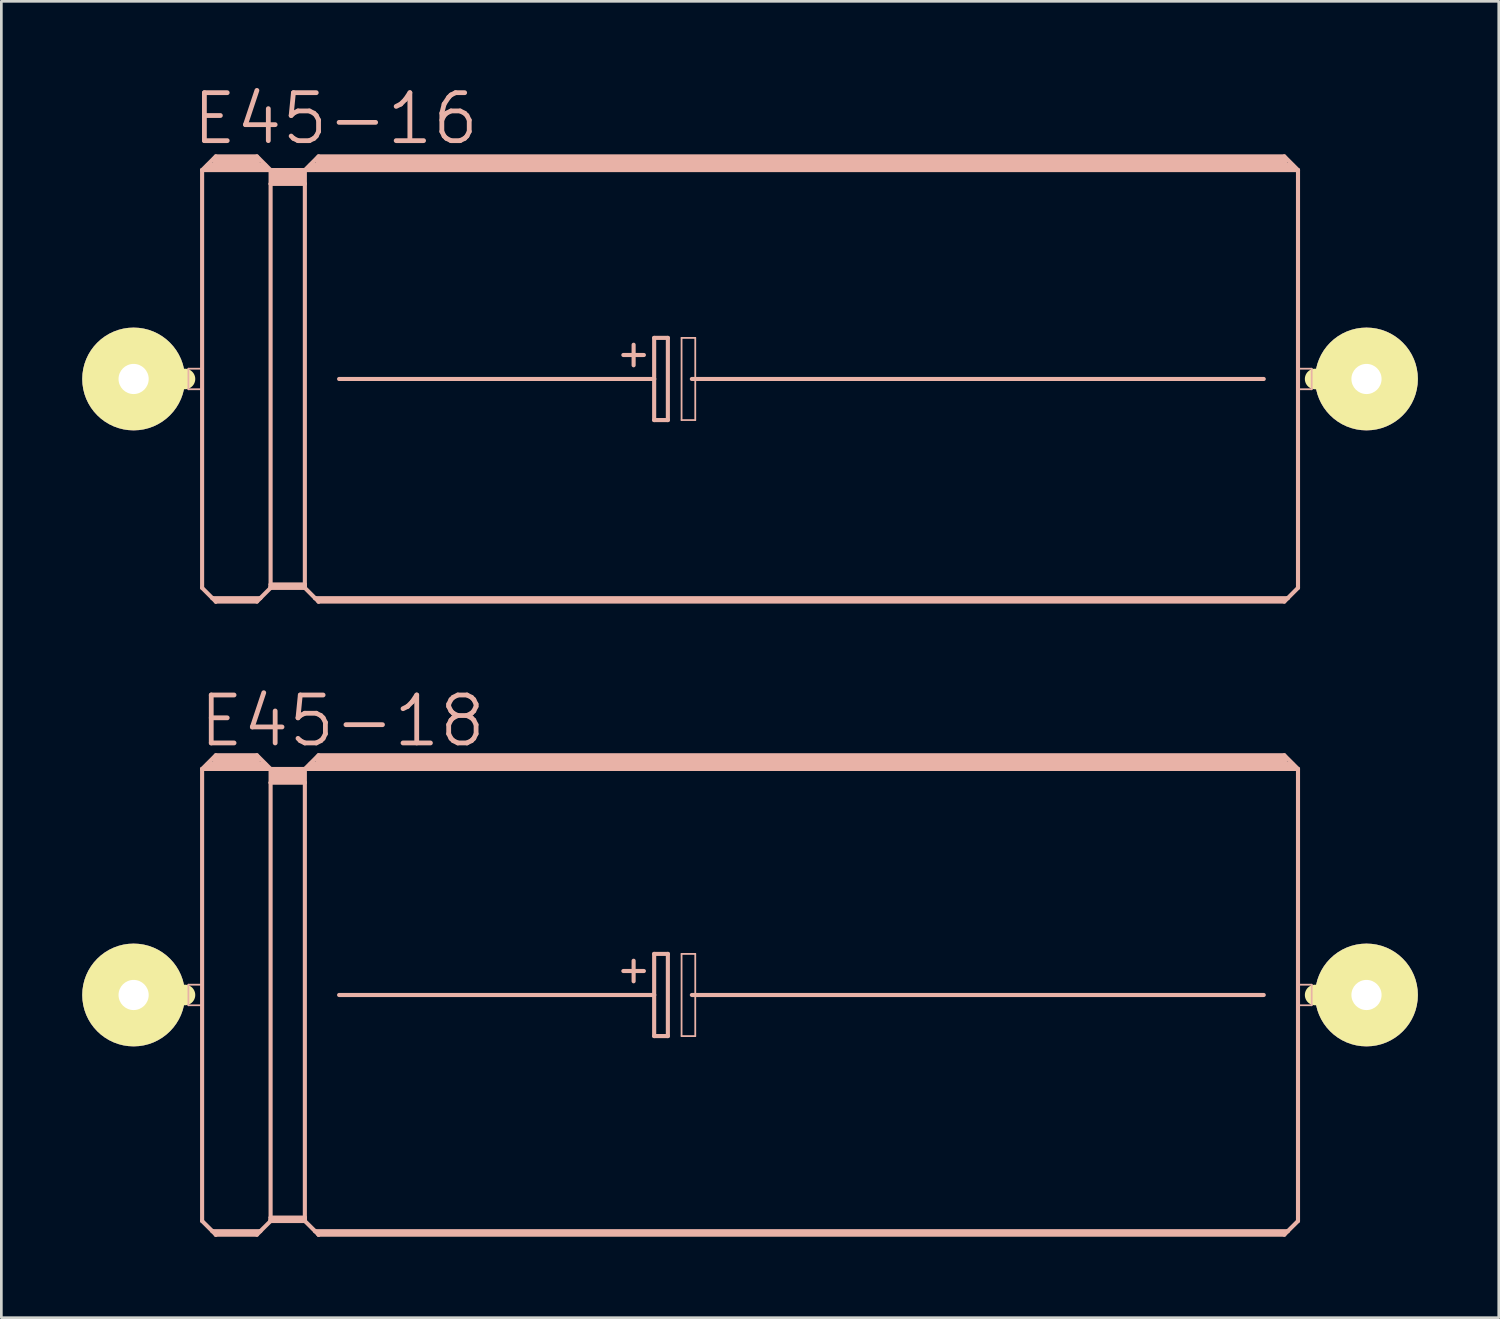
<source format=kicad_pcb>
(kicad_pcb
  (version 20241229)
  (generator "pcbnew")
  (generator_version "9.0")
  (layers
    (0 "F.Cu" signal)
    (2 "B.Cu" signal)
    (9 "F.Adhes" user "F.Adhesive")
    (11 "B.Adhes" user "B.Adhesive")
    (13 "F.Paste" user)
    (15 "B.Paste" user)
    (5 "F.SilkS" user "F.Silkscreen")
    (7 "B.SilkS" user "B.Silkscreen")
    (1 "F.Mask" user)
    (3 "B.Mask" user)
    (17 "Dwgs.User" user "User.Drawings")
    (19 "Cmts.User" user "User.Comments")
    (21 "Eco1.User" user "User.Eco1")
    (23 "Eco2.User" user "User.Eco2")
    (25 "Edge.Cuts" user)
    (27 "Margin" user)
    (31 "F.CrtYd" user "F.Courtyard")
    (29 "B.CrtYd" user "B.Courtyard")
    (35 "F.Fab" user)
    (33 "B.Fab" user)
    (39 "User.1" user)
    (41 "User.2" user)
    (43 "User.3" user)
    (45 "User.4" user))
  (footprint "E45-16"
    (layer "F.Cu")
    (at 24.765 11.004)
    (property "Reference" "E45-16" (at -15.367 -9.652 0) (layer "B.SilkS") (effects (font (size 1.778 1.778) (thickness 0.178))))
    (attr exclude_from_pos_files exclude_from_bom)
    (fp_line (start -22.86 0) (end -20.955 0) (stroke (width 0.762) (type solid)) (layer "F.SilkS"))
    (fp_line (start 22.86 0) (end 20.955 0) (stroke (width 0.762) (type solid)) (layer "F.SilkS"))
    (fp_line (start -20.828 -0.381) (end -20.32 -0.381) (stroke (width 0.066) (type solid)) (layer "B.SilkS"))
    (fp_line (start -20.828 0.381) (end -20.828 -0.381) (stroke (width 0.066) (type solid)) (layer "B.SilkS"))
    (fp_line (start -20.828 0.381) (end -20.32 0.381) (stroke (width 0.066) (type solid)) (layer "B.SilkS"))
    (fp_line (start -20.32 -7.747) (end -20.32 7.747) (stroke (width 0.152) (type solid)) (layer "B.SilkS"))
    (fp_line (start -20.32 -7.747) (end -19.812 -8.255) (stroke (width 0.152) (type solid)) (layer "B.SilkS"))
    (fp_line (start -20.32 -7.747) (end -17.78 -7.747) (stroke (width 0.152) (type solid)) (layer "B.SilkS"))
    (fp_line (start -20.32 0.381) (end -20.32 -0.381) (stroke (width 0.066) (type solid)) (layer "B.SilkS"))
    (fp_line (start -20.32 7.747) (end -19.939 8.128) (stroke (width 0.152) (type solid)) (layer "B.SilkS"))
    (fp_line (start -20.066 -7.874) (end -18.034 -7.874) (stroke (width 0.305) (type solid)) (layer "B.SilkS"))
    (fp_line (start -19.939 8.128) (end -19.812 8.255) (stroke (width 0.152) (type solid)) (layer "B.SilkS"))
    (fp_line (start -19.939 8.128) (end -18.161 8.128) (stroke (width 0.152) (type solid)) (layer "B.SilkS"))
    (fp_line (start -19.812 -8.255) (end -18.288 -8.255) (stroke (width 0.152) (type solid)) (layer "B.SilkS"))
    (fp_line (start -19.812 -8.128) (end -18.288 -8.128) (stroke (width 0.305) (type solid)) (layer "B.SilkS"))
    (fp_line (start -19.812 8.204) (end -18.288 8.204) (stroke (width 0.152) (type solid)) (layer "B.SilkS"))
    (fp_line (start -19.812 8.255) (end -19.812 8.204) (stroke (width 0.152) (type solid)) (layer "B.SilkS"))
    (fp_line (start -19.812 8.255) (end -18.288 8.255) (stroke (width 0.152) (type solid)) (layer "B.SilkS"))
    (fp_line (start -18.288 -8.255) (end -17.78 -7.747) (stroke (width 0.152) (type solid)) (layer "B.SilkS"))
    (fp_line (start -18.288 8.255) (end -18.161 8.128) (stroke (width 0.152) (type solid)) (layer "B.SilkS"))
    (fp_line (start -18.161 8.128) (end -17.78 7.747) (stroke (width 0.152) (type solid)) (layer "B.SilkS"))
    (fp_line (start -17.78 -7.747) (end -16.51 -7.747) (stroke (width 0.152) (type solid)) (layer "B.SilkS"))
    (fp_line (start -17.78 -7.236) (end -17.78 -7.747) (stroke (width 0.152) (type solid)) (layer "B.SilkS"))
    (fp_line (start -17.78 -7.236) (end -16.51 -7.236) (stroke (width 0.152) (type solid)) (layer "B.SilkS"))
    (fp_line (start -17.78 7.62) (end -17.78 -7.236) (stroke (width 0.152) (type solid)) (layer "B.SilkS"))
    (fp_line (start -17.78 7.62) (end -16.51 7.62) (stroke (width 0.152) (type solid)) (layer "B.SilkS"))
    (fp_line (start -17.78 7.696) (end -17.78 7.62) (stroke (width 0.152) (type solid)) (layer "B.SilkS"))
    (fp_line (start -17.78 7.696) (end -16.51 7.696) (stroke (width 0.152) (type solid)) (layer "B.SilkS"))
    (fp_line (start -17.78 7.747) (end -17.78 7.696) (stroke (width 0.152) (type solid)) (layer "B.SilkS"))
    (fp_line (start -17.78 7.747) (end -16.51 7.747) (stroke (width 0.152) (type solid)) (layer "B.SilkS"))
    (fp_line (start -17.65 -7.62) (end -16.637 -7.62) (stroke (width 0.305) (type solid)) (layer "B.SilkS"))
    (fp_line (start -17.65 -7.366) (end -16.637 -7.366) (stroke (width 0.305) (type solid)) (layer "B.SilkS"))
    (fp_line (start -16.51 -7.747) (end -16.002 -8.255) (stroke (width 0.152) (type solid)) (layer "B.SilkS"))
    (fp_line (start -16.51 -7.747) (end 20.32 -7.747) (stroke (width 0.152) (type solid)) (layer "B.SilkS"))
    (fp_line (start -16.51 -7.236) (end -16.51 -7.747) (stroke (width 0.152) (type solid)) (layer "B.SilkS"))
    (fp_line (start -16.51 7.62) (end -16.51 -7.236) (stroke (width 0.152) (type solid)) (layer "B.SilkS"))
    (fp_line (start -16.51 7.696) (end -16.51 7.62) (stroke (width 0.152) (type solid)) (layer "B.SilkS"))
    (fp_line (start -16.51 7.747) (end -16.51 7.696) (stroke (width 0.152) (type solid)) (layer "B.SilkS"))
    (fp_line (start -16.51 7.747) (end -16.129 8.128) (stroke (width 0.152) (type solid)) (layer "B.SilkS"))
    (fp_line (start -16.256 -7.874) (end 20.066 -7.874) (stroke (width 0.305) (type solid)) (layer "B.SilkS"))
    (fp_line (start -16.129 8.128) (end -16.002 8.255) (stroke (width 0.152) (type solid)) (layer "B.SilkS"))
    (fp_line (start -16.129 8.128) (end 19.939 8.128) (stroke (width 0.152) (type solid)) (layer "B.SilkS"))
    (fp_line (start -16.002 -8.255) (end 19.812 -8.255) (stroke (width 0.152) (type solid)) (layer "B.SilkS"))
    (fp_line (start -16.002 -8.128) (end 19.812 -8.128) (stroke (width 0.305) (type solid)) (layer "B.SilkS"))
    (fp_line (start -16.002 8.204) (end 19.812 8.204) (stroke (width 0.152) (type solid)) (layer "B.SilkS"))
    (fp_line (start -16.002 8.255) (end -16.002 8.204) (stroke (width 0.152) (type solid)) (layer "B.SilkS"))
    (fp_line (start -16.002 8.255) (end 19.812 8.255) (stroke (width 0.152) (type solid)) (layer "B.SilkS"))
    (fp_line (start -15.24 0) (end -3.556 0) (stroke (width 0.152) (type solid)) (layer "B.SilkS"))
    (fp_line (start -4.699 -0.889) (end -3.937 -0.889) (stroke (width 0.152) (type solid)) (layer "B.SilkS"))
    (fp_line (start -4.318 -1.27) (end -4.318 -0.508) (stroke (width 0.152) (type solid)) (layer "B.SilkS"))
    (fp_line (start -3.556 -1.524) (end -3.556 0) (stroke (width 0.152) (type solid)) (layer "B.SilkS"))
    (fp_line (start -3.556 0) (end -3.556 1.524) (stroke (width 0.152) (type solid)) (layer "B.SilkS"))
    (fp_line (start -3.556 1.524) (end -3.048 1.524) (stroke (width 0.152) (type solid)) (layer "B.SilkS"))
    (fp_line (start -3.048 -1.524) (end -3.556 -1.524) (stroke (width 0.152) (type solid)) (layer "B.SilkS"))
    (fp_line (start -3.048 1.524) (end -3.048 -1.524) (stroke (width 0.152) (type solid)) (layer "B.SilkS"))
    (fp_line (start -2.54 -1.524) (end -2.032 -1.524) (stroke (width 0.066) (type solid)) (layer "B.SilkS"))
    (fp_line (start -2.54 1.524) (end -2.54 -1.524) (stroke (width 0.066) (type solid)) (layer "B.SilkS"))
    (fp_line (start -2.54 1.524) (end -2.032 1.524) (stroke (width 0.066) (type solid)) (layer "B.SilkS"))
    (fp_line (start -2.159 0) (end 19.05 0) (stroke (width 0.152) (type solid)) (layer "B.SilkS"))
    (fp_line (start -2.032 1.524) (end -2.032 -1.524) (stroke (width 0.066) (type solid)) (layer "B.SilkS"))
    (fp_line (start 19.812 -8.255) (end 20.32 -7.747) (stroke (width 0.152) (type solid)) (layer "B.SilkS"))
    (fp_line (start 19.812 8.255) (end 19.939 8.128) (stroke (width 0.152) (type solid)) (layer "B.SilkS"))
    (fp_line (start 19.939 8.128) (end 20.32 7.747) (stroke (width 0.152) (type solid)) (layer "B.SilkS"))
    (fp_line (start 20.32 -7.747) (end 20.32 7.747) (stroke (width 0.152) (type solid)) (layer "B.SilkS"))
    (fp_line (start 20.32 -0.381) (end 20.828 -0.381) (stroke (width 0.066) (type solid)) (layer "B.SilkS"))
    (fp_line (start 20.32 0.381) (end 20.32 -0.381) (stroke (width 0.066) (type solid)) (layer "B.SilkS"))
    (fp_line (start 20.32 0.381) (end 20.828 0.381) (stroke (width 0.066) (type solid)) (layer "B.SilkS"))
    (fp_line (start 20.828 0.381) (end 20.828 -0.381) (stroke (width 0.066) (type solid)) (layer "B.SilkS"))
    (pad "+" thru_hole circle (at -22.86 0) (size 3.81 3.81) (drill 1.118) (layers "*.Cu" "F.Mask" "F.SilkS" "F.Paste"))
    (pad "-" thru_hole circle (at 22.86 0) (size 3.81 3.81) (drill 1.118) (layers "*.Cu" "F.Mask" "F.SilkS" "F.Paste")))
  (footprint "E45-18"
    (layer "F.Cu")
    (at 24.765 33.848)
    (property "Reference" "E45-18" (at -15.113 -10.16 0) (layer "B.SilkS") (effects (font (size 1.778 1.778) (thickness 0.178))))
    (attr exclude_from_pos_files exclude_from_bom)
    (fp_line (start -22.86 0) (end -20.955 0) (stroke (width 0.762) (type solid)) (layer "F.SilkS"))
    (fp_line (start 22.86 0) (end 20.955 0) (stroke (width 0.762) (type solid)) (layer "F.SilkS"))
    (fp_line (start -20.828 -0.381) (end -20.32 -0.381) (stroke (width 0.066) (type solid)) (layer "B.SilkS"))
    (fp_line (start -20.828 0.381) (end -20.828 -0.381) (stroke (width 0.066) (type solid)) (layer "B.SilkS"))
    (fp_line (start -20.828 0.381) (end -20.32 0.381) (stroke (width 0.066) (type solid)) (layer "B.SilkS"))
    (fp_line (start -20.32 -8.382) (end -20.32 8.382) (stroke (width 0.152) (type solid)) (layer "B.SilkS"))
    (fp_line (start -20.32 -8.382) (end -19.812 -8.89) (stroke (width 0.152) (type solid)) (layer "B.SilkS"))
    (fp_line (start -20.32 -8.382) (end -17.78 -8.382) (stroke (width 0.152) (type solid)) (layer "B.SilkS"))
    (fp_line (start -20.32 0.381) (end -20.32 -0.381) (stroke (width 0.066) (type solid)) (layer "B.SilkS"))
    (fp_line (start -20.32 8.382) (end -19.939 8.76) (stroke (width 0.152) (type solid)) (layer "B.SilkS"))
    (fp_line (start -20.066 -8.509) (end -18.034 -8.509) (stroke (width 0.305) (type solid)) (layer "B.SilkS"))
    (fp_line (start -19.939 8.76) (end -19.812 8.89) (stroke (width 0.152) (type solid)) (layer "B.SilkS"))
    (fp_line (start -19.939 8.76) (end -18.161 8.76) (stroke (width 0.152) (type solid)) (layer "B.SilkS"))
    (fp_line (start -19.812 -8.89) (end -18.288 -8.89) (stroke (width 0.152) (type solid)) (layer "B.SilkS"))
    (fp_line (start -19.812 -8.76) (end -18.288 -8.76) (stroke (width 0.305) (type solid)) (layer "B.SilkS"))
    (fp_line (start -19.812 8.837) (end -18.288 8.837) (stroke (width 0.152) (type solid)) (layer "B.SilkS"))
    (fp_line (start -19.812 8.89) (end -19.812 8.837) (stroke (width 0.152) (type solid)) (layer "B.SilkS"))
    (fp_line (start -19.812 8.89) (end -18.288 8.89) (stroke (width 0.152) (type solid)) (layer "B.SilkS"))
    (fp_line (start -18.288 -8.89) (end -17.78 -8.382) (stroke (width 0.152) (type solid)) (layer "B.SilkS"))
    (fp_line (start -18.288 8.89) (end -18.161 8.76) (stroke (width 0.152) (type solid)) (layer "B.SilkS"))
    (fp_line (start -18.161 8.76) (end -17.78 8.382) (stroke (width 0.152) (type solid)) (layer "B.SilkS"))
    (fp_line (start -17.78 -8.382) (end -16.51 -8.382) (stroke (width 0.152) (type solid)) (layer "B.SilkS"))
    (fp_line (start -17.78 -7.874) (end -17.78 -8.382) (stroke (width 0.152) (type solid)) (layer "B.SilkS"))
    (fp_line (start -17.78 -7.874) (end -16.51 -7.874) (stroke (width 0.152) (type solid)) (layer "B.SilkS"))
    (fp_line (start -17.78 8.255) (end -17.78 -7.874) (stroke (width 0.152) (type solid)) (layer "B.SilkS"))
    (fp_line (start -17.78 8.255) (end -16.51 8.255) (stroke (width 0.152) (type solid)) (layer "B.SilkS"))
    (fp_line (start -17.78 8.331) (end -17.78 8.255) (stroke (width 0.152) (type solid)) (layer "B.SilkS"))
    (fp_line (start -17.78 8.331) (end -16.51 8.331) (stroke (width 0.152) (type solid)) (layer "B.SilkS"))
    (fp_line (start -17.78 8.382) (end -17.78 8.331) (stroke (width 0.152) (type solid)) (layer "B.SilkS"))
    (fp_line (start -17.78 8.382) (end -16.51 8.382) (stroke (width 0.152) (type solid)) (layer "B.SilkS"))
    (fp_line (start -17.65 -8.255) (end -16.637 -8.255) (stroke (width 0.305) (type solid)) (layer "B.SilkS"))
    (fp_line (start -17.65 -8.001) (end -16.637 -8.001) (stroke (width 0.305) (type solid)) (layer "B.SilkS"))
    (fp_line (start -16.51 -8.382) (end -16.002 -8.89) (stroke (width 0.152) (type solid)) (layer "B.SilkS"))
    (fp_line (start -16.51 -8.382) (end 20.32 -8.382) (stroke (width 0.152) (type solid)) (layer "B.SilkS"))
    (fp_line (start -16.51 -7.874) (end -16.51 -8.382) (stroke (width 0.152) (type solid)) (layer "B.SilkS"))
    (fp_line (start -16.51 8.255) (end -16.51 -7.874) (stroke (width 0.152) (type solid)) (layer "B.SilkS"))
    (fp_line (start -16.51 8.331) (end -16.51 8.255) (stroke (width 0.152) (type solid)) (layer "B.SilkS"))
    (fp_line (start -16.51 8.382) (end -16.51 8.331) (stroke (width 0.152) (type solid)) (layer "B.SilkS"))
    (fp_line (start -16.51 8.382) (end -16.129 8.76) (stroke (width 0.152) (type solid)) (layer "B.SilkS"))
    (fp_line (start -16.256 -8.509) (end 20.066 -8.509) (stroke (width 0.305) (type solid)) (layer "B.SilkS"))
    (fp_line (start -16.129 8.76) (end -16.002 8.89) (stroke (width 0.152) (type solid)) (layer "B.SilkS"))
    (fp_line (start -16.129 8.76) (end 19.939 8.76) (stroke (width 0.152) (type solid)) (layer "B.SilkS"))
    (fp_line (start -16.002 -8.89) (end 19.812 -8.89) (stroke (width 0.152) (type solid)) (layer "B.SilkS"))
    (fp_line (start -16.002 -8.76) (end 19.812 -8.76) (stroke (width 0.305) (type solid)) (layer "B.SilkS"))
    (fp_line (start -16.002 8.837) (end 19.812 8.837) (stroke (width 0.152) (type solid)) (layer "B.SilkS"))
    (fp_line (start -16.002 8.89) (end -16.002 8.837) (stroke (width 0.152) (type solid)) (layer "B.SilkS"))
    (fp_line (start -16.002 8.89) (end 19.812 8.89) (stroke (width 0.152) (type solid)) (layer "B.SilkS"))
    (fp_line (start -15.24 0) (end -3.556 0) (stroke (width 0.152) (type solid)) (layer "B.SilkS"))
    (fp_line (start -4.699 -0.889) (end -3.937 -0.889) (stroke (width 0.152) (type solid)) (layer "B.SilkS"))
    (fp_line (start -4.318 -1.27) (end -4.318 -0.508) (stroke (width 0.152) (type solid)) (layer "B.SilkS"))
    (fp_line (start -3.556 -1.524) (end -3.556 0) (stroke (width 0.152) (type solid)) (layer "B.SilkS"))
    (fp_line (start -3.556 0) (end -3.556 1.524) (stroke (width 0.152) (type solid)) (layer "B.SilkS"))
    (fp_line (start -3.556 1.524) (end -3.048 1.524) (stroke (width 0.152) (type solid)) (layer "B.SilkS"))
    (fp_line (start -3.048 -1.524) (end -3.556 -1.524) (stroke (width 0.152) (type solid)) (layer "B.SilkS"))
    (fp_line (start -3.048 1.524) (end -3.048 -1.524) (stroke (width 0.152) (type solid)) (layer "B.SilkS"))
    (fp_line (start -2.54 -1.524) (end -2.032 -1.524) (stroke (width 0.066) (type solid)) (layer "B.SilkS"))
    (fp_line (start -2.54 1.524) (end -2.54 -1.524) (stroke (width 0.066) (type solid)) (layer "B.SilkS"))
    (fp_line (start -2.54 1.524) (end -2.032 1.524) (stroke (width 0.066) (type solid)) (layer "B.SilkS"))
    (fp_line (start -2.159 0) (end 19.05 0) (stroke (width 0.152) (type solid)) (layer "B.SilkS"))
    (fp_line (start -2.032 1.524) (end -2.032 -1.524) (stroke (width 0.066) (type solid)) (layer "B.SilkS"))
    (fp_line (start 19.812 -8.89) (end 20.32 -8.382) (stroke (width 0.152) (type solid)) (layer "B.SilkS"))
    (fp_line (start 19.812 8.89) (end 19.939 8.76) (stroke (width 0.152) (type solid)) (layer "B.SilkS"))
    (fp_line (start 19.939 8.76) (end 20.32 8.382) (stroke (width 0.152) (type solid)) (layer "B.SilkS"))
    (fp_line (start 20.32 -8.382) (end 20.32 8.382) (stroke (width 0.152) (type solid)) (layer "B.SilkS"))
    (fp_line (start 20.32 -0.381) (end 20.828 -0.381) (stroke (width 0.066) (type solid)) (layer "B.SilkS"))
    (fp_line (start 20.32 0.381) (end 20.32 -0.381) (stroke (width 0.066) (type solid)) (layer "B.SilkS"))
    (fp_line (start 20.32 0.381) (end 20.828 0.381) (stroke (width 0.066) (type solid)) (layer "B.SilkS"))
    (fp_line (start 20.828 0.381) (end 20.828 -0.381) (stroke (width 0.066) (type solid)) (layer "B.SilkS"))
    (pad "+" thru_hole circle (at -22.86 0) (size 3.81 3.81) (drill 1.118) (layers "*.Cu" "F.Mask" "F.SilkS" "F.Paste"))
    (pad "-" thru_hole circle (at 22.86 0) (size 3.81 3.81) (drill 1.118) (layers "*.Cu" "F.Mask" "F.SilkS" "F.Paste")))
  (gr_rect
    (start -3 -3)
    (end 52.53 45.814)
    (stroke (width 0.1) (type default))
    (fill no)
    (layer "Edge.Cuts")))
</source>
